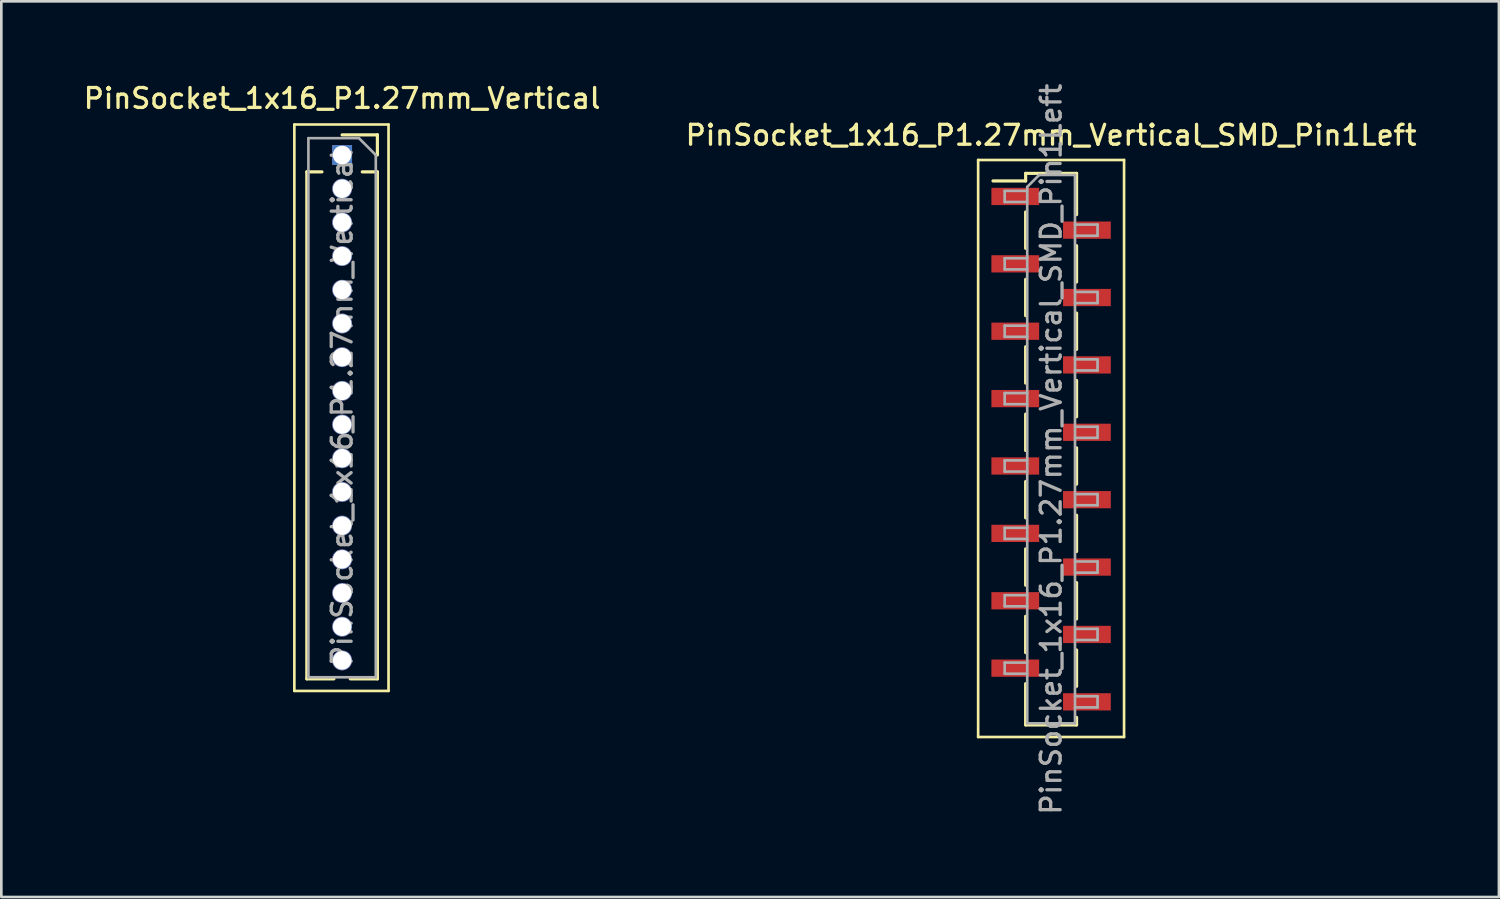
<source format=kicad_pcb>
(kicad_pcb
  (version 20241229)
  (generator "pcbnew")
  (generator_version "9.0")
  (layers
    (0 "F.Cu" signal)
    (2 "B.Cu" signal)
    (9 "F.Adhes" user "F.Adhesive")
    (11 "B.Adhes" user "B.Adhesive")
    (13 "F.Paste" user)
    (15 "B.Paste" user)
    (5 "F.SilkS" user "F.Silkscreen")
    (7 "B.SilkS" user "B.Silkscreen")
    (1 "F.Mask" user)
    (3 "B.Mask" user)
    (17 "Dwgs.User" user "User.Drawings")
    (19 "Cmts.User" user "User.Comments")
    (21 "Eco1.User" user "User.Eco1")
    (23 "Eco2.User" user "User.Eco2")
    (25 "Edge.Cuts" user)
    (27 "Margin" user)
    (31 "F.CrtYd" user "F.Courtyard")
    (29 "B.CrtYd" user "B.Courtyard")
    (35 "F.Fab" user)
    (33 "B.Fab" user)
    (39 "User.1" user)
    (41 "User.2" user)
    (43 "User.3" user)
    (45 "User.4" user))
  (footprint "PinSocket_1x16_P1.27mm_Vertical_SMD_Pin1Left"
    (layer "F.Cu")
    (at 36.57 13.88)
    (property "Reference" "PinSocket_1x16_P1.27mm_Vertical_SMD_Pin1Left" (at 0 -11.835 0) (layer "F.SilkS") (effects (font (size 0.75 0.75) (thickness 0.125))))
    (attr smd)
    (fp_line (start -2.75 -10.9) (end 2.75 -10.9) (stroke (width 0.1) (type solid)) (layer "F.SilkS"))
    (fp_line (start -2.75 10.85) (end -2.75 -10.9) (stroke (width 0.1) (type solid)) (layer "F.SilkS"))
    (fp_line (start -2.19 -10.11) (end -0.96 -10.11) (stroke (width 0.12) (type solid)) (layer "F.SilkS"))
    (fp_line (start -0.96 -10.395) (end -0.96 -10.11) (stroke (width 0.12) (type solid)) (layer "F.SilkS"))
    (fp_line (start -0.96 -10.395) (end 0.96 -10.395) (stroke (width 0.12) (type solid)) (layer "F.SilkS"))
    (fp_line (start -0.96 -8.94) (end -0.96 -7.57) (stroke (width 0.12) (type solid)) (layer "F.SilkS"))
    (fp_line (start -0.96 -6.4) (end -0.96 -5.03) (stroke (width 0.12) (type solid)) (layer "F.SilkS"))
    (fp_line (start -0.96 -3.86) (end -0.96 -2.49) (stroke (width 0.12) (type solid)) (layer "F.SilkS"))
    (fp_line (start -0.96 -1.32) (end -0.96 0.05) (stroke (width 0.12) (type solid)) (layer "F.SilkS"))
    (fp_line (start -0.96 1.22) (end -0.96 2.59) (stroke (width 0.12) (type solid)) (layer "F.SilkS"))
    (fp_line (start -0.96 3.76) (end -0.96 5.13) (stroke (width 0.12) (type solid)) (layer "F.SilkS"))
    (fp_line (start -0.96 6.3) (end -0.96 7.67) (stroke (width 0.12) (type solid)) (layer "F.SilkS"))
    (fp_line (start -0.96 8.84) (end -0.96 10.395) (stroke (width 0.12) (type solid)) (layer "F.SilkS"))
    (fp_line (start -0.96 10.395) (end 0.96 10.395) (stroke (width 0.12) (type solid)) (layer "F.SilkS"))
    (fp_line (start 0.96 -10.395) (end 0.96 -8.84) (stroke (width 0.12) (type solid)) (layer "F.SilkS"))
    (fp_line (start 0.96 -7.67) (end 0.96 -6.3) (stroke (width 0.12) (type solid)) (layer "F.SilkS"))
    (fp_line (start 0.96 -5.13) (end 0.96 -3.76) (stroke (width 0.12) (type solid)) (layer "F.SilkS"))
    (fp_line (start 0.96 -2.59) (end 0.96 -1.22) (stroke (width 0.12) (type solid)) (layer "F.SilkS"))
    (fp_line (start 0.96 -0.05) (end 0.96 1.32) (stroke (width 0.12) (type solid)) (layer "F.SilkS"))
    (fp_line (start 0.96 2.49) (end 0.96 3.86) (stroke (width 0.12) (type solid)) (layer "F.SilkS"))
    (fp_line (start 0.96 5.03) (end 0.96 6.4) (stroke (width 0.12) (type solid)) (layer "F.SilkS"))
    (fp_line (start 0.96 7.57) (end 0.96 8.94) (stroke (width 0.12) (type solid)) (layer "F.SilkS"))
    (fp_line (start 0.96 10.11) (end 0.96 10.395) (stroke (width 0.12) (type solid)) (layer "F.SilkS"))
    (fp_line (start 2.75 -10.9) (end 2.75 10.85) (stroke (width 0.1) (type solid)) (layer "F.SilkS"))
    (fp_line (start 2.75 10.85) (end -2.75 10.85) (stroke (width 0.1) (type solid)) (layer "F.SilkS"))
    (fp_line (start -1.75 -9.735) (end -0.9 -9.735) (stroke (width 0.1) (type solid)) (layer "F.Fab"))
    (fp_line (start -1.75 -9.315) (end -1.75 -9.735) (stroke (width 0.1) (type solid)) (layer "F.Fab"))
    (fp_line (start -1.75 -7.195) (end -0.9 -7.195) (stroke (width 0.1) (type solid)) (layer "F.Fab"))
    (fp_line (start -1.75 -6.775) (end -1.75 -7.195) (stroke (width 0.1) (type solid)) (layer "F.Fab"))
    (fp_line (start -1.75 -4.655) (end -0.9 -4.655) (stroke (width 0.1) (type solid)) (layer "F.Fab"))
    (fp_line (start -1.75 -4.235) (end -1.75 -4.655) (stroke (width 0.1) (type solid)) (layer "F.Fab"))
    (fp_line (start -1.75 -2.115) (end -0.9 -2.115) (stroke (width 0.1) (type solid)) (layer "F.Fab"))
    (fp_line (start -1.75 -1.695) (end -1.75 -2.115) (stroke (width 0.1) (type solid)) (layer "F.Fab"))
    (fp_line (start -1.75 0.425) (end -0.9 0.425) (stroke (width 0.1) (type solid)) (layer "F.Fab"))
    (fp_line (start -1.75 0.845) (end -1.75 0.425) (stroke (width 0.1) (type solid)) (layer "F.Fab"))
    (fp_line (start -1.75 2.965) (end -0.9 2.965) (stroke (width 0.1) (type solid)) (layer "F.Fab"))
    (fp_line (start -1.75 3.385) (end -1.75 2.965) (stroke (width 0.1) (type solid)) (layer "F.Fab"))
    (fp_line (start -1.75 5.505) (end -0.9 5.505) (stroke (width 0.1) (type solid)) (layer "F.Fab"))
    (fp_line (start -1.75 5.925) (end -1.75 5.505) (stroke (width 0.1) (type solid)) (layer "F.Fab"))
    (fp_line (start -1.75 8.045) (end -0.9 8.045) (stroke (width 0.1) (type solid)) (layer "F.Fab"))
    (fp_line (start -1.75 8.465) (end -1.75 8.045) (stroke (width 0.1) (type solid)) (layer "F.Fab"))
    (fp_line (start -0.9 -9.885) (end -0.45 -10.335) (stroke (width 0.1) (type solid)) (layer "F.Fab"))
    (fp_line (start -0.9 -9.315) (end -1.75 -9.315) (stroke (width 0.1) (type solid)) (layer "F.Fab"))
    (fp_line (start -0.9 -6.775) (end -1.75 -6.775) (stroke (width 0.1) (type solid)) (layer "F.Fab"))
    (fp_line (start -0.9 -4.235) (end -1.75 -4.235) (stroke (width 0.1) (type solid)) (layer "F.Fab"))
    (fp_line (start -0.9 -1.695) (end -1.75 -1.695) (stroke (width 0.1) (type solid)) (layer "F.Fab"))
    (fp_line (start -0.9 0.845) (end -1.75 0.845) (stroke (width 0.1) (type solid)) (layer "F.Fab"))
    (fp_line (start -0.9 3.385) (end -1.75 3.385) (stroke (width 0.1) (type solid)) (layer "F.Fab"))
    (fp_line (start -0.9 5.925) (end -1.75 5.925) (stroke (width 0.1) (type solid)) (layer "F.Fab"))
    (fp_line (start -0.9 8.465) (end -1.75 8.465) (stroke (width 0.1) (type solid)) (layer "F.Fab"))
    (fp_line (start -0.9 10.335) (end -0.9 -9.885) (stroke (width 0.1) (type solid)) (layer "F.Fab"))
    (fp_line (start -0.45 -10.335) (end 0.9 -10.335) (stroke (width 0.1) (type solid)) (layer "F.Fab"))
    (fp_line (start 0.9 -10.335) (end 0.9 10.335) (stroke (width 0.1) (type solid)) (layer "F.Fab"))
    (fp_line (start 0.9 -8.465) (end 1.75 -8.465) (stroke (width 0.1) (type solid)) (layer "F.Fab"))
    (fp_line (start 0.9 -5.925) (end 1.75 -5.925) (stroke (width 0.1) (type solid)) (layer "F.Fab"))
    (fp_line (start 0.9 -3.385) (end 1.75 -3.385) (stroke (width 0.1) (type solid)) (layer "F.Fab"))
    (fp_line (start 0.9 -0.845) (end 1.75 -0.845) (stroke (width 0.1) (type solid)) (layer "F.Fab"))
    (fp_line (start 0.9 1.695) (end 1.75 1.695) (stroke (width 0.1) (type solid)) (layer "F.Fab"))
    (fp_line (start 0.9 4.235) (end 1.75 4.235) (stroke (width 0.1) (type solid)) (layer "F.Fab"))
    (fp_line (start 0.9 6.775) (end 1.75 6.775) (stroke (width 0.1) (type solid)) (layer "F.Fab"))
    (fp_line (start 0.9 9.315) (end 1.75 9.315) (stroke (width 0.1) (type solid)) (layer "F.Fab"))
    (fp_line (start 0.9 10.335) (end -0.9 10.335) (stroke (width 0.1) (type solid)) (layer "F.Fab"))
    (fp_line (start 1.75 -8.465) (end 1.75 -8.045) (stroke (width 0.1) (type solid)) (layer "F.Fab"))
    (fp_line (start 1.75 -8.045) (end 0.9 -8.045) (stroke (width 0.1) (type solid)) (layer "F.Fab"))
    (fp_line (start 1.75 -5.925) (end 1.75 -5.505) (stroke (width 0.1) (type solid)) (layer "F.Fab"))
    (fp_line (start 1.75 -5.505) (end 0.9 -5.505) (stroke (width 0.1) (type solid)) (layer "F.Fab"))
    (fp_line (start 1.75 -3.385) (end 1.75 -2.965) (stroke (width 0.1) (type solid)) (layer "F.Fab"))
    (fp_line (start 1.75 -2.965) (end 0.9 -2.965) (stroke (width 0.1) (type solid)) (layer "F.Fab"))
    (fp_line (start 1.75 -0.845) (end 1.75 -0.425) (stroke (width 0.1) (type solid)) (layer "F.Fab"))
    (fp_line (start 1.75 -0.425) (end 0.9 -0.425) (stroke (width 0.1) (type solid)) (layer "F.Fab"))
    (fp_line (start 1.75 1.695) (end 1.75 2.115) (stroke (width 0.1) (type solid)) (layer "F.Fab"))
    (fp_line (start 1.75 2.115) (end 0.9 2.115) (stroke (width 0.1) (type solid)) (layer "F.Fab"))
    (fp_line (start 1.75 4.235) (end 1.75 4.655) (stroke (width 0.1) (type solid)) (layer "F.Fab"))
    (fp_line (start 1.75 4.655) (end 0.9 4.655) (stroke (width 0.1) (type solid)) (layer "F.Fab"))
    (fp_line (start 1.75 6.775) (end 1.75 7.195) (stroke (width 0.1) (type solid)) (layer "F.Fab"))
    (fp_line (start 1.75 7.195) (end 0.9 7.195) (stroke (width 0.1) (type solid)) (layer "F.Fab"))
    (fp_line (start 1.75 9.315) (end 1.75 9.735) (stroke (width 0.1) (type solid)) (layer "F.Fab"))
    (fp_line (start 1.75 9.735) (end 0.9 9.735) (stroke (width 0.1) (type solid)) (layer "F.Fab"))
    (fp_text user "${REFERENCE}" (at 0 0 90) (layer "F.Fab") (effects (font (size 0.75 0.75) (thickness 0.125))))
    (pad "1" smd rect (at -1.35 -9.525) (size 1.8 0.65) (layers "F.Cu" "F.Mask" "F.Paste"))
    (pad "2" smd rect (at 1.35 -8.255) (size 1.8 0.65) (layers "F.Cu" "F.Mask" "F.Paste"))
    (pad "3" smd rect (at -1.35 -6.985) (size 1.8 0.65) (layers "F.Cu" "F.Mask" "F.Paste"))
    (pad "4" smd rect (at 1.35 -5.715) (size 1.8 0.65) (layers "F.Cu" "F.Mask" "F.Paste"))
    (pad "5" smd rect (at -1.35 -4.445) (size 1.8 0.65) (layers "F.Cu" "F.Mask" "F.Paste"))
    (pad "6" smd rect (at 1.35 -3.175) (size 1.8 0.65) (layers "F.Cu" "F.Mask" "F.Paste"))
    (pad "7" smd rect (at -1.35 -1.905) (size 1.8 0.65) (layers "F.Cu" "F.Mask" "F.Paste"))
    (pad "8" smd rect (at 1.35 -0.635) (size 1.8 0.65) (layers "F.Cu" "F.Mask" "F.Paste"))
    (pad "9" smd rect (at -1.35 0.635) (size 1.8 0.65) (layers "F.Cu" "F.Mask" "F.Paste"))
    (pad "10" smd rect (at 1.35 1.905) (size 1.8 0.65) (layers "F.Cu" "F.Mask" "F.Paste"))
    (pad "11" smd rect (at -1.35 3.175) (size 1.8 0.65) (layers "F.Cu" "F.Mask" "F.Paste"))
    (pad "12" smd rect (at 1.35 4.445) (size 1.8 0.65) (layers "F.Cu" "F.Mask" "F.Paste"))
    (pad "13" smd rect (at -1.35 5.715) (size 1.8 0.65) (layers "F.Cu" "F.Mask" "F.Paste"))
    (pad "14" smd rect (at 1.35 6.985) (size 1.8 0.65) (layers "F.Cu" "F.Mask" "F.Paste"))
    (pad "15" smd rect (at -1.35 8.255) (size 1.8 0.65) (layers "F.Cu" "F.Mask" "F.Paste"))
    (pad "16" smd rect (at 1.35 9.525) (size 1.8 0.65) (layers "F.Cu" "F.Mask" "F.Paste")))
  (footprint "PinSocket_1x16_P1.27mm_Vertical"
    (layer "F.Cu")
    (at 9.845 2.793)
    (property "Reference" "PinSocket_1x16_P1.27mm_Vertical" (at 0 -2.135 0) (layer "F.SilkS") (effects (font (size 0.75 0.75) (thickness 0.125))))
    (attr through_hole)
    (fp_line (start -1.8 -1.15) (end 1.75 -1.15) (stroke (width 0.1) (type solid)) (layer "F.SilkS"))
    (fp_line (start -1.8 20.2) (end -1.8 -1.15) (stroke (width 0.1) (type solid)) (layer "F.SilkS"))
    (fp_line (start -1.33 0.635) (end -1.33 19.745) (stroke (width 0.12) (type solid)) (layer "F.SilkS"))
    (fp_line (start -1.33 0.635) (end -0.76 0.635) (stroke (width 0.12) (type solid)) (layer "F.SilkS"))
    (fp_line (start -1.33 19.745) (end -0.308 19.745) (stroke (width 0.12) (type solid)) (layer "F.SilkS"))
    (fp_line (start 0 -0.76) (end 1.33 -0.76) (stroke (width 0.12) (type solid)) (layer "F.SilkS"))
    (fp_line (start 0.308 19.745) (end 1.33 19.745) (stroke (width 0.12) (type solid)) (layer "F.SilkS"))
    (fp_line (start 0.76 0.635) (end 1.33 0.635) (stroke (width 0.12) (type solid)) (layer "F.SilkS"))
    (fp_line (start 1.33 -0.76) (end 1.33 0) (stroke (width 0.12) (type solid)) (layer "F.SilkS"))
    (fp_line (start 1.33 0.635) (end 1.33 19.745) (stroke (width 0.12) (type solid)) (layer "F.SilkS"))
    (fp_line (start 1.75 -1.15) (end 1.75 20.2) (stroke (width 0.1) (type solid)) (layer "F.SilkS"))
    (fp_line (start 1.75 20.2) (end -1.8 20.2) (stroke (width 0.1) (type solid)) (layer "F.SilkS"))
    (fp_line (start -1.27 -0.635) (end 0.635 -0.635) (stroke (width 0.1) (type solid)) (layer "F.Fab"))
    (fp_line (start -1.27 19.685) (end -1.27 -0.635) (stroke (width 0.1) (type solid)) (layer "F.Fab"))
    (fp_line (start 0.635 -0.635) (end 1.27 0) (stroke (width 0.1) (type solid)) (layer "F.Fab"))
    (fp_line (start 1.27 0) (end 1.27 19.685) (stroke (width 0.1) (type solid)) (layer "F.Fab"))
    (fp_line (start 1.27 19.685) (end -1.27 19.685) (stroke (width 0.1) (type solid)) (layer "F.Fab"))
    (fp_text user "${REFERENCE}" (at 0 9.525 90) (layer "F.Fab") (effects (font (size 0.75 0.75) (thickness 0.125))))
    (pad "1" thru_hole rect (at 0 0) (size 0.75 0.75) (drill 0.7) (layers "*.Cu" "*.Mask"))
    (pad "2" thru_hole oval (at 0 1.27) (size 0.75 0.75) (drill 0.7) (layers "*.Cu" "*.Mask"))
    (pad "3" thru_hole oval (at 0 2.54) (size 0.75 0.75) (drill 0.7) (layers "*.Cu" "*.Mask"))
    (pad "4" thru_hole oval (at 0 3.81) (size 0.75 0.75) (drill 0.7) (layers "*.Cu" "*.Mask"))
    (pad "5" thru_hole oval (at 0 5.08) (size 0.75 0.75) (drill 0.7) (layers "*.Cu" "*.Mask"))
    (pad "6" thru_hole oval (at 0 6.35) (size 0.75 0.75) (drill 0.7) (layers "*.Cu" "*.Mask"))
    (pad "7" thru_hole oval (at 0 7.62) (size 0.75 0.75) (drill 0.7) (layers "*.Cu" "*.Mask"))
    (pad "8" thru_hole oval (at 0 8.89) (size 0.75 0.75) (drill 0.7) (layers "*.Cu" "*.Mask"))
    (pad "9" thru_hole oval (at 0 10.16) (size 0.75 0.75) (drill 0.7) (layers "*.Cu" "*.Mask"))
    (pad "10" thru_hole oval (at 0 11.43) (size 0.75 0.75) (drill 0.7) (layers "*.Cu" "*.Mask"))
    (pad "11" thru_hole oval (at 0 12.7) (size 0.75 0.75) (drill 0.7) (layers "*.Cu" "*.Mask"))
    (pad "12" thru_hole oval (at 0 13.97) (size 0.75 0.75) (drill 0.7) (layers "*.Cu" "*.Mask"))
    (pad "13" thru_hole oval (at 0 15.24) (size 0.75 0.75) (drill 0.7) (layers "*.Cu" "*.Mask"))
    (pad "14" thru_hole oval (at 0 16.51) (size 0.75 0.75) (drill 0.7) (layers "*.Cu" "*.Mask"))
    (pad "15" thru_hole oval (at 0 17.78) (size 0.75 0.75) (drill 0.7) (layers "*.Cu" "*.Mask"))
    (pad "16" thru_hole oval (at 0 19.05) (size 0.75 0.75) (drill 0.7) (layers "*.Cu" "*.Mask")))
  (gr_rect
    (start -3 -3)
    (end 53.45 30.761)
    (stroke (width 0.1) (type default))
    (fill no)
    (layer "Edge.Cuts")))
</source>
